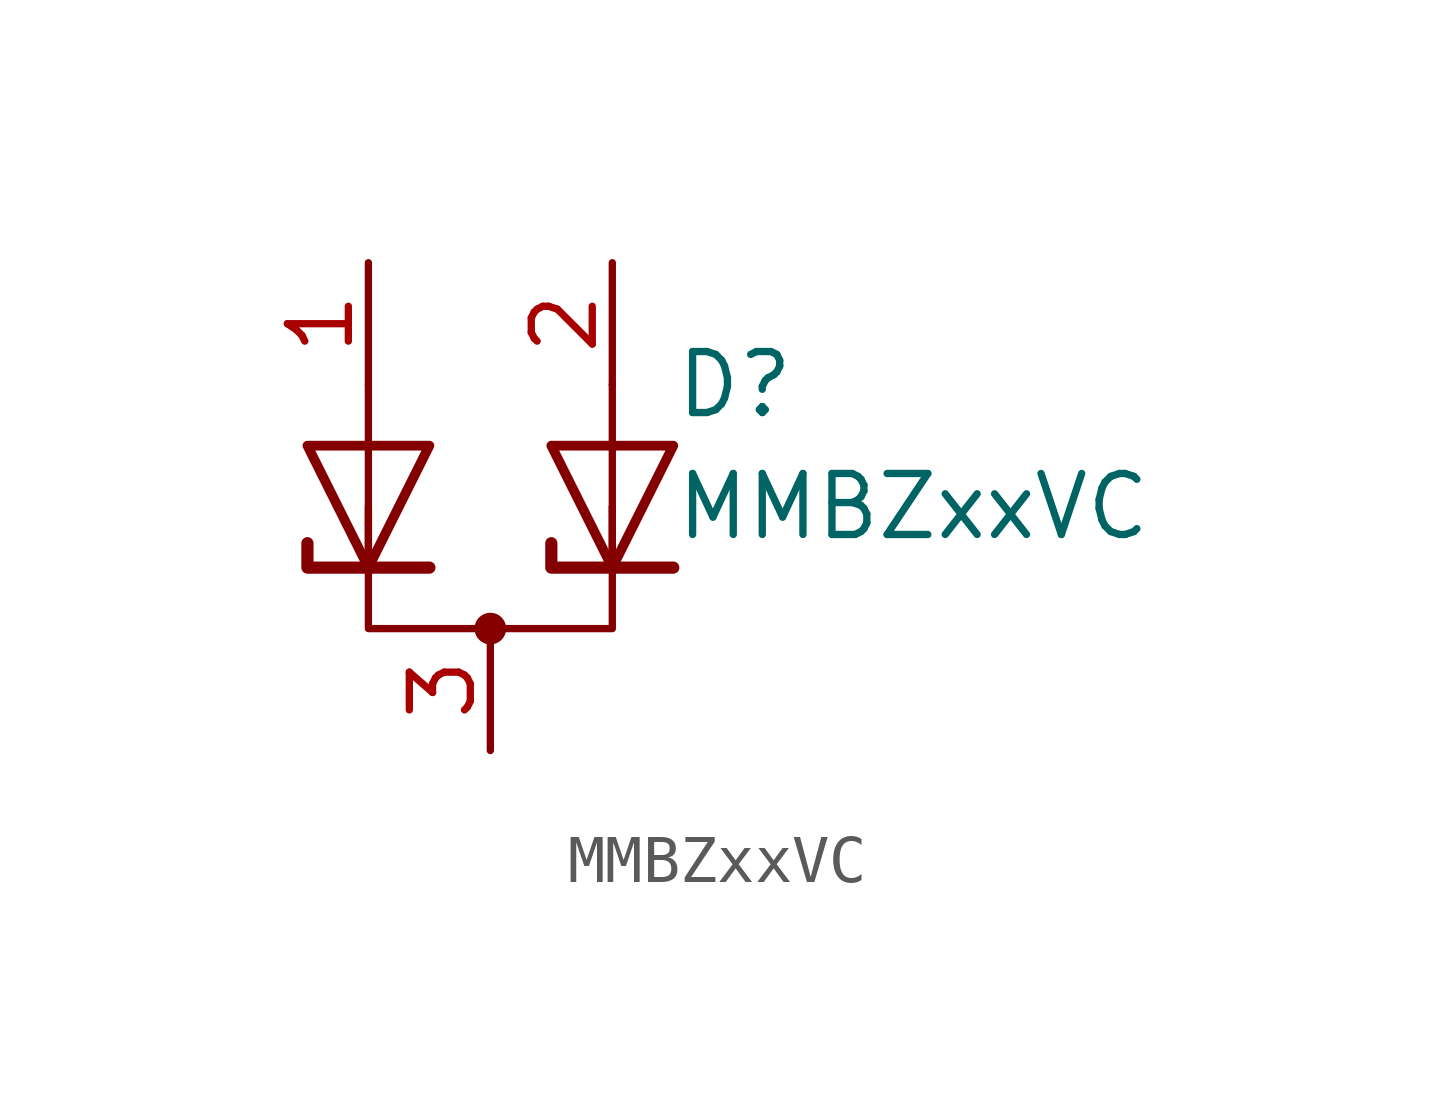
<source format=kicad_sym>
(kicad_symbol_lib
  (version 20220331)
  (generator kicad_symbol_editor)
  (symbol "MMBZxxVC"
    (pin_names
      (offset 1.016) hide)
    (property "Reference" "D"
      (at 3.81 2.54 0)
      (effects (font (size 1.27 1.27)) (justify left)))
    (property "Value" "MMBZxxVC"
      (at 3.81 0 0)
      (effects (font (size 1.27 1.27)) (justify left)))
    (symbol "MMBZxxVC_0_1"
      (circle (center 0 -2.54) (radius 0.254) (stroke (width 0) (type default)) (fill (type outline)))
      (polyline (pts (xy -2.54 -1.27) (xy -2.54 2.54)) (stroke (width 0) (type default)) (fill (type none)))
      (polyline (pts (xy 2.54 -1.27) (xy 2.54 2.54)) (stroke (width 0) (type default)) (fill (type none)))
      (polyline (pts (xy -1.27 -1.27) (xy -3.81 -1.27) (xy -3.81 -0.762)) (stroke (width 0.254) (type default)) (fill (type none)))
      (polyline (pts (xy 3.81 -1.27) (xy 1.27 -1.27) (xy 1.27 -0.762)) (stroke (width 0.254) (type default)) (fill (type none)))
      (polyline (pts (xy -2.54 0) (xy -2.54 -2.54) (xy 2.54 -2.54) (xy 2.54 0)) (stroke (width 0) (type default)) (fill (type none))))
    (symbol "MMBZxxVC_1_1"
      (polyline (pts (xy -1.27 1.27) (xy -3.81 1.27) (xy -2.54 -1.27) (xy -1.27 1.27)) (stroke (width 0.203) (type default)) (fill (type none)))
      (polyline (pts (xy 3.81 1.27) (xy 1.27 1.27) (xy 2.54 -1.27) (xy 3.81 1.27)) (stroke (width 0.203) (type default)) (fill (type none)))
      (pin passive line (at -2.54 5.08 270) (length 2.54) (name "K" (effects (font (size 1.27 1.27)))) (number "1" (effects (font (size 1.27 1.27)))))
      (pin passive line (at 2.54 5.08 270) (length 2.54) (name "K" (effects (font (size 1.27 1.27)))) (number "2" (effects (font (size 1.27 1.27)))))
      (pin passive line (at 0 -5.08 90) (length 2.54) (name "A" (effects (font (size 1.27 1.27)))) (number "3" (effects (font (size 1.27 1.27))))))))
</source>
